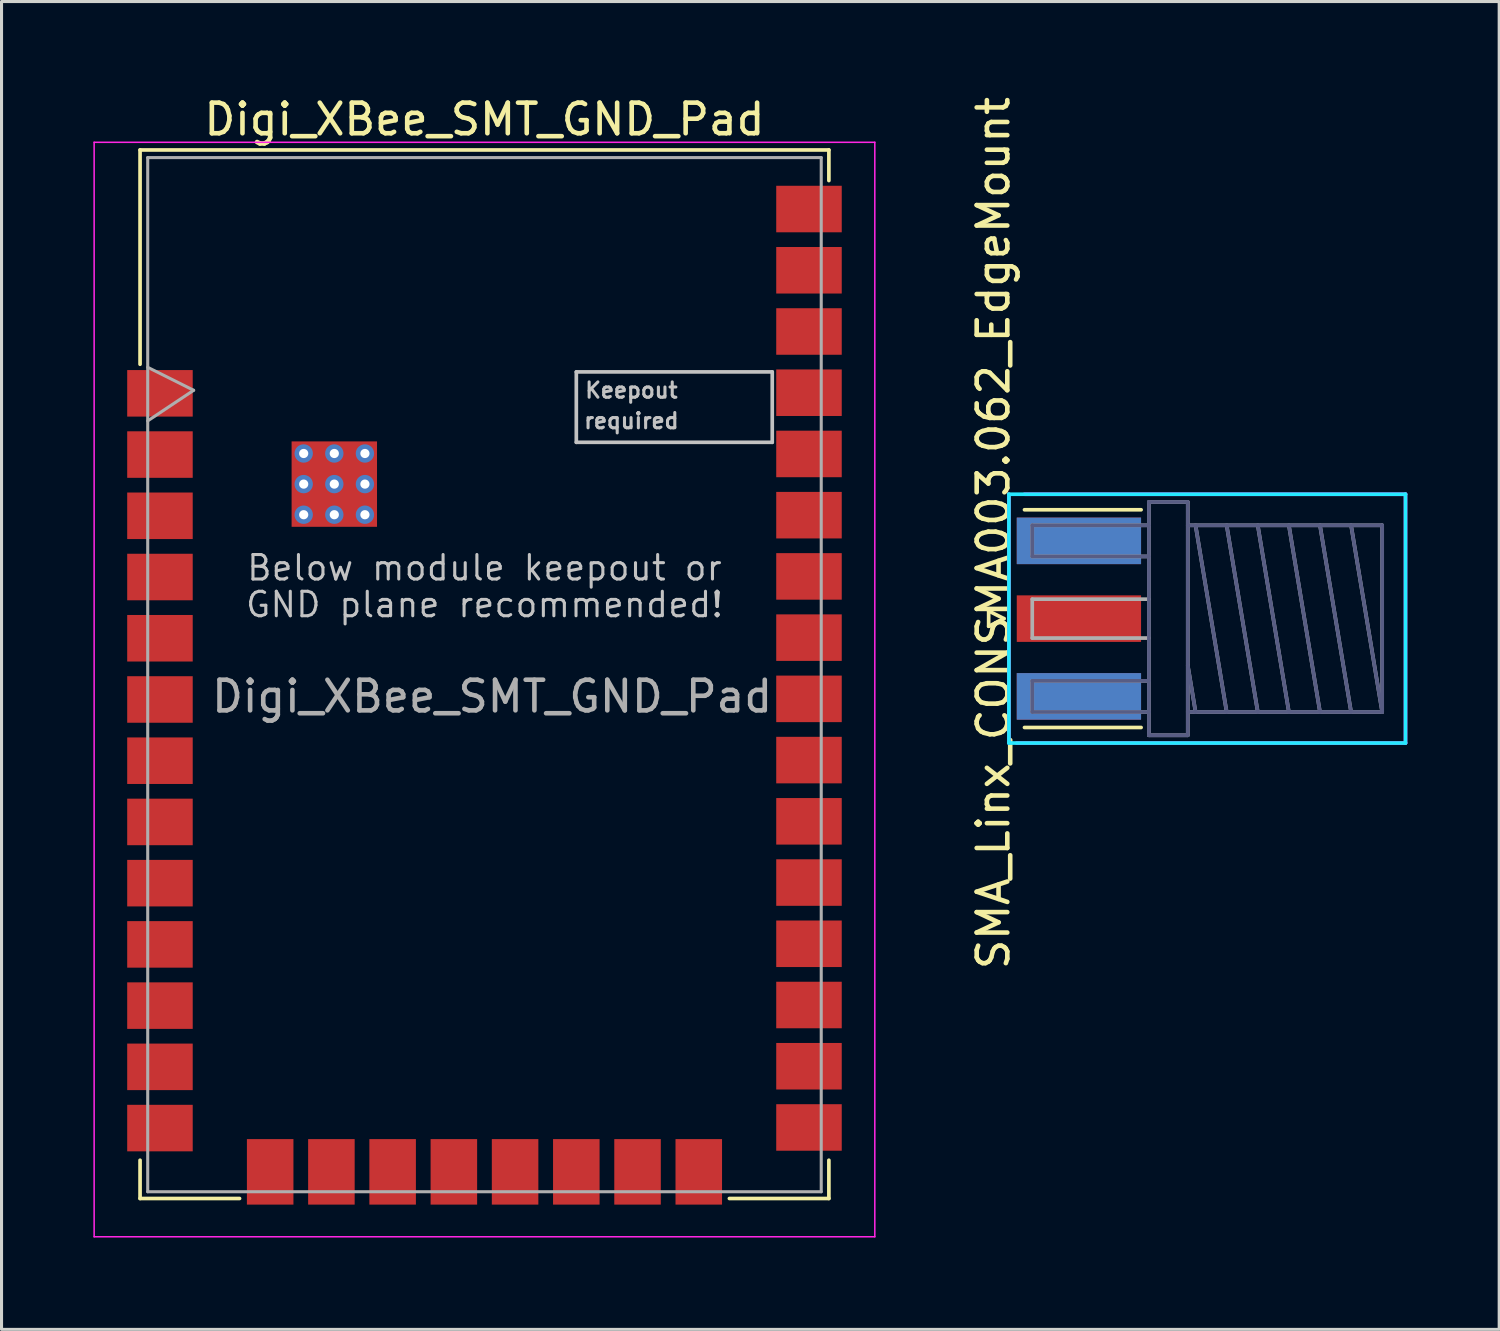
<source format=kicad_pcb>
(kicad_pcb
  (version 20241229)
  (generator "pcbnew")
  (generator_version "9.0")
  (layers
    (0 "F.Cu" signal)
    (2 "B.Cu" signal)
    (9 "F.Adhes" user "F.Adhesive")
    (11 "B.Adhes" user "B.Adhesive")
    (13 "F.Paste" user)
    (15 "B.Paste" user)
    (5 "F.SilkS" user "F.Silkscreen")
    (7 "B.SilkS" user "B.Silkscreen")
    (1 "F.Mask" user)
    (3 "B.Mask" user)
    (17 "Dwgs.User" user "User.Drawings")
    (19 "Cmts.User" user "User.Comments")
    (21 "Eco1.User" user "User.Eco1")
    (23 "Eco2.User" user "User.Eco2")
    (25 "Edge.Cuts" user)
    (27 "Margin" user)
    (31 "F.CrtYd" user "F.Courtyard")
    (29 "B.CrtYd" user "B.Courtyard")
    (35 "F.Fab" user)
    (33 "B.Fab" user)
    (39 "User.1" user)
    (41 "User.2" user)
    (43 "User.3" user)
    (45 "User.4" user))
  (footprint "Digi_XBee_SMT_GND_Pad"
    (layer "F.Cu")
    (at 12.775 19.698)
    (property "Reference" "Digi_XBee_SMT_GND_Pad" (at 0 -18.85 0) (layer "F.SilkS") (effects (font (size 1 1) (thickness 0.15))))
    (attr smd)
    (fp_line (start -11.25 -17.85) (end 11.25 -17.85) (stroke (width 0.12) (type solid)) (layer "F.SilkS"))
    (fp_line (start -11.25 -10.85) (end -11.25 -17.85) (stroke (width 0.12) (type solid)) (layer "F.SilkS"))
    (fp_line (start -11.25 15.15) (end -11.25 16.4) (stroke (width 0.12) (type solid)) (layer "F.SilkS"))
    (fp_line (start -11.25 16.4) (end -8 16.4) (stroke (width 0.12) (type solid)) (layer "F.SilkS"))
    (fp_line (start 8 16.4) (end 11.25 16.4) (stroke (width 0.12) (type solid)) (layer "F.SilkS"))
    (fp_line (start 11.25 -17.85) (end 11.25 -16.85) (stroke (width 0.12) (type solid)) (layer "F.SilkS"))
    (fp_line (start 11.25 16.4) (end 11.25 15.15) (stroke (width 0.12) (type solid)) (layer "F.SilkS"))
    (fp_line (start 3 -10.6) (end 3 -8.3) (stroke (width 0.12) (type solid)) (layer "Dwgs.User"))
    (fp_line (start 3 -8.3) (end 9.4 -8.3) (stroke (width 0.12) (type solid)) (layer "Dwgs.User"))
    (fp_line (start 9.4 -10.6) (end 3 -10.6) (stroke (width 0.12) (type solid)) (layer "Dwgs.User"))
    (fp_line (start 9.4 -8.3) (end 9.4 -10.6) (stroke (width 0.12) (type solid)) (layer "Dwgs.User"))
    (fp_line (start -12.75 -18.1) (end 12.75 -18.1) (stroke (width 0.05) (type solid)) (layer "F.CrtYd"))
    (fp_line (start -12.75 17.65) (end -12.75 -18.1) (stroke (width 0.05) (type solid)) (layer "F.CrtYd"))
    (fp_line (start 12.75 -18.1) (end 12.75 17.65) (stroke (width 0.05) (type solid)) (layer "F.CrtYd"))
    (fp_line (start 12.75 17.65) (end -12.75 17.65) (stroke (width 0.05) (type solid)) (layer "F.CrtYd"))
    (fp_line (start -11 -17.6) (end -11 16.18) (stroke (width 0.1) (type solid)) (layer "F.Fab"))
    (fp_line (start -11 -10.75) (end -9.5 -10) (stroke (width 0.1) (type solid)) (layer "F.Fab"))
    (fp_line (start -11 16.18) (end 11 16.18) (stroke (width 0.1) (type solid)) (layer "F.Fab"))
    (fp_line (start -9.5 -10) (end -11 -9) (stroke (width 0.1) (type solid)) (layer "F.Fab"))
    (fp_line (start 11 -17.6) (end -11 -17.6) (stroke (width 0.1) (type solid)) (layer "F.Fab"))
    (fp_line (start 11 16.18) (end 11 -17.6) (stroke (width 0.1) (type solid)) (layer "F.Fab"))
    (fp_text user "GND plane recommended!" (at 0 -3 0) (layer "Dwgs.User") (effects (font (size 0.8 0.8) (thickness 0.1))))
    (fp_text user "required" (at 4.8 -9 0) (layer "Dwgs.User") (effects (font (size 0.5 0.5) (thickness 0.1))))
    (fp_text user "Keepout" (at 4.8 -10 0) (layer "Dwgs.User") (effects (font (size 0.5 0.5) (thickness 0.1))))
    (fp_text user "Below module keepout or" (at 0 -4.2 0) (layer "Dwgs.User") (effects (font (size 0.8 0.8) (thickness 0.1))))
    (fp_text user "${REFERENCE}" (at 0.25 0 0) (layer "F.Fab") (effects (font (size 1 1) (thickness 0.15))))
    (pad "1" smd rect (at -10.6 -9.9) (size 2.14 1.52) (layers "F.Cu" "F.Mask" "F.Paste"))
    (pad "2" smd rect (at -10.6 -7.9) (size 2.14 1.52) (layers "F.Cu" "F.Mask" "F.Paste"))
    (pad "3" smd rect (at -10.6 -5.9) (size 2.14 1.52) (layers "F.Cu" "F.Mask" "F.Paste"))
    (pad "4" smd rect (at -10.6 -3.9) (size 2.14 1.52) (layers "F.Cu" "F.Mask" "F.Paste"))
    (pad "5" smd rect (at -10.6 -1.9) (size 2.14 1.52) (layers "F.Cu" "F.Mask" "F.Paste"))
    (pad "6" smd rect (at -10.6 0.1) (size 2.14 1.52) (layers "F.Cu" "F.Mask" "F.Paste"))
    (pad "7" smd rect (at -10.6 2.1) (size 2.14 1.52) (layers "F.Cu" "F.Mask" "F.Paste"))
    (pad "8" smd rect (at -10.6 4.1) (size 2.14 1.52) (layers "F.Cu" "F.Mask" "F.Paste"))
    (pad "9" smd rect (at -10.6 6.1) (size 2.14 1.52) (layers "F.Cu" "F.Mask" "F.Paste"))
    (pad "10" smd rect (at -10.6 8.1) (size 2.14 1.52) (layers "F.Cu" "F.Mask" "F.Paste"))
    (pad "11" smd rect (at -10.6 10.1) (size 2.14 1.52) (layers "F.Cu" "F.Mask" "F.Paste"))
    (pad "12" smd rect (at -10.6 12.1) (size 2.14 1.52) (layers "F.Cu" "F.Mask" "F.Paste"))
    (pad "13" smd rect (at -10.6 14.1) (size 2.14 1.52) (layers "F.Cu" "F.Mask" "F.Paste"))
    (pad "14" smd rect (at -7 15.53 90) (size 2.14 1.52) (layers "F.Cu" "F.Mask" "F.Paste"))
    (pad "15" smd rect (at -5 15.53 90) (size 2.14 1.52) (layers "F.Cu" "F.Mask" "F.Paste"))
    (pad "16" smd rect (at -3 15.53 90) (size 2.14 1.52) (layers "F.Cu" "F.Mask" "F.Paste"))
    (pad "17" smd rect (at -1 15.53 90) (size 2.14 1.52) (layers "F.Cu" "F.Mask" "F.Paste"))
    (pad "18" smd rect (at 1 15.53 90) (size 2.14 1.52) (layers "F.Cu" "F.Mask" "F.Paste"))
    (pad "19" smd rect (at 3 15.53 90) (size 2.14 1.52) (layers "F.Cu" "F.Mask" "F.Paste"))
    (pad "20" smd rect (at 5 15.53 90) (size 2.14 1.52) (layers "F.Cu" "F.Mask" "F.Paste"))
    (pad "21" smd rect (at 7 15.53 90) (size 2.14 1.52) (layers "F.Cu" "F.Mask" "F.Paste"))
    (pad "22" smd rect (at 10.6 14.08) (size 2.14 1.52) (layers "F.Cu" "F.Mask" "F.Paste"))
    (pad "23" smd rect (at 10.6 12.08) (size 2.14 1.52) (layers "F.Cu" "F.Mask" "F.Paste"))
    (pad "24" smd rect (at 10.6 10.08) (size 2.14 1.52) (layers "F.Cu" "F.Mask" "F.Paste"))
    (pad "25" smd rect (at 10.6 8.08) (size 2.14 1.52) (layers "F.Cu" "F.Mask" "F.Paste"))
    (pad "26" smd rect (at 10.6 6.08) (size 2.14 1.52) (layers "F.Cu" "F.Mask" "F.Paste"))
    (pad "27" smd rect (at 10.6 4.08) (size 2.14 1.52) (layers "F.Cu" "F.Mask" "F.Paste"))
    (pad "28" smd rect (at 10.6 2.08) (size 2.14 1.52) (layers "F.Cu" "F.Mask" "F.Paste"))
    (pad "29" smd rect (at 10.6 0.08) (size 2.14 1.52) (layers "F.Cu" "F.Mask" "F.Paste"))
    (pad "30" smd rect (at 10.6 -1.92) (size 2.14 1.52) (layers "F.Cu" "F.Mask" "F.Paste"))
    (pad "31" smd rect (at 10.6 -3.92) (size 2.14 1.52) (layers "F.Cu" "F.Mask" "F.Paste"))
    (pad "32" smd rect (at 10.6 -5.92) (size 2.14 1.52) (layers "F.Cu" "F.Mask" "F.Paste"))
    (pad "33" smd rect (at 10.6 -7.92) (size 2.14 1.52) (layers "F.Cu" "F.Mask" "F.Paste"))
    (pad "34" smd rect (at 10.6 -9.92) (size 2.14 1.52) (layers "F.Cu" "F.Mask" "F.Paste"))
    (pad "35" smd rect (at 10.6 -11.92) (size 2.14 1.52) (layers "F.Cu" "F.Mask" "F.Paste"))
    (pad "36" smd rect (at 10.6 -13.92) (size 2.14 1.52) (layers "F.Cu" "F.Mask" "F.Paste"))
    (pad "37" smd rect (at 10.6 -15.92) (size 2.14 1.52) (layers "F.Cu" "F.Mask" "F.Paste"))
    (pad "38" thru_hole oval (at -5.905 -7.935) (size 0.6 0.6) (drill 0.3) (layers "*.Cu" "*.Mask"))
    (pad "38" thru_hole oval (at -5.905 -6.935) (size 0.6 0.6) (drill 0.3) (layers "*.Cu" "*.Mask"))
    (pad "38" thru_hole oval (at -5.905 -5.935) (size 0.6 0.6) (drill 0.3) (layers "*.Cu" "*.Mask"))
    (pad "38" thru_hole oval (at -4.905 -7.935) (size 0.6 0.6) (drill 0.3) (layers "*.Cu" "*.Mask"))
    (pad "38" thru_hole oval (at -4.905 -6.935) (size 0.6 0.6) (drill 0.3) (layers "*.Cu" "*.Mask"))
    (pad "38" smd rect (at -4.905 -6.935) (size 2.79 2.79) (layers "F.Cu" "F.Mask" "F.Paste"))
    (pad "38" thru_hole oval (at -4.905 -5.935) (size 0.6 0.6) (drill 0.3) (layers "*.Cu" "*.Mask"))
    (pad "38" thru_hole oval (at -3.905 -7.935) (size 0.6 0.6) (drill 0.3) (layers "*.Cu" "*.Mask"))
    (pad "38" thru_hole oval (at -3.905 -6.935) (size 0.6 0.6) (drill 0.3) (layers "*.Cu" "*.Mask"))
    (pad "38" thru_hole oval (at -3.905 -5.935) (size 0.6 0.6) (drill 0.3) (layers "*.Cu" "*.Mask")))
  (footprint "SMA_Linx_CONSMA003.062_EdgeMount"
    (layer "F.Cu")
    (at 32.192 17.157)
    (property "Reference" "SMA_Linx_CONSMA003.062_EdgeMount" (at -2.794 -2.794 90) (layer "F.SilkS") (effects (font (size 1 1) (thickness 0.15))))
    (attr through_hole)
    (fp_line (start -2.948 -0.25) (end -2.948 0.25) (stroke (width 0.12) (type solid)) (layer "F.SilkS"))
    (fp_line (start -2.948 0.25) (end -2.448 0) (stroke (width 0.12) (type solid)) (layer "F.SilkS"))
    (fp_line (start -2.448 0) (end -2.948 -0.25) (stroke (width 0.12) (type solid)) (layer "F.SilkS"))
    (fp_line (start -1.778 -3.556) (end 2.032 -3.556) (stroke (width 0.12) (type solid)) (layer "F.SilkS"))
    (fp_line (start -1.778 3.556) (end 2.032 3.556) (stroke (width 0.12) (type solid)) (layer "F.SilkS"))
    (fp_line (start -2.286 -4.064) (end 10.668 -4.064) (stroke (width 0.12) (type solid)) (layer "B.CrtYd"))
    (fp_line (start -2.286 4.064) (end -2.286 -4.064) (stroke (width 0.12) (type solid)) (layer "B.CrtYd"))
    (fp_line (start 10.668 -4.064) (end 10.668 4.064) (stroke (width 0.12) (type solid)) (layer "B.CrtYd"))
    (fp_line (start 10.668 4.064) (end -2.286 4.064) (stroke (width 0.12) (type solid)) (layer "B.CrtYd"))
    (fp_line (start -2.286 4.064) (end -2.286 -4.064) (stroke (width 0.12) (type solid)) (layer "F.CrtYd"))
    (fp_line (start -1.778 -4.064) (end 10.668 -4.064) (stroke (width 0.12) (type solid)) (layer "F.CrtYd"))
    (fp_line (start 10.668 -4.064) (end 10.668 4.064) (stroke (width 0.12) (type solid)) (layer "F.CrtYd"))
    (fp_line (start 10.668 4.064) (end -2.032 4.064) (stroke (width 0.12) (type solid)) (layer "F.CrtYd"))
    (fp_line (start -1.524 -3.048) (end -1.524 -2.032) (stroke (width 0.12) (type solid)) (layer "B.Fab"))
    (fp_line (start -1.524 -2.032) (end 2.286 -2.032) (stroke (width 0.12) (type solid)) (layer "B.Fab"))
    (fp_line (start -1.524 2.032) (end 2.286 2.032) (stroke (width 0.12) (type solid)) (layer "B.Fab"))
    (fp_line (start -1.524 3.048) (end -1.524 2.032) (stroke (width 0.12) (type solid)) (layer "B.Fab"))
    (fp_line (start 2.286 -3.81) (end 2.286 3.81) (stroke (width 0.12) (type solid)) (layer "B.Fab"))
    (fp_line (start 2.286 -3.048) (end -1.524 -3.048) (stroke (width 0.12) (type solid)) (layer "B.Fab"))
    (fp_line (start 2.286 3.048) (end -1.524 3.048) (stroke (width 0.12) (type solid)) (layer "B.Fab"))
    (fp_line (start 2.286 3.81) (end 3.556 3.81) (stroke (width 0.12) (type solid)) (layer "B.Fab"))
    (fp_line (start 3.556 -3.81) (end 2.286 -3.81) (stroke (width 0.12) (type solid)) (layer "B.Fab"))
    (fp_line (start 3.556 3.048) (end 9.906 3.048) (stroke (width 0.12) (type solid)) (layer "B.Fab"))
    (fp_line (start 3.556 3.81) (end 3.556 -3.81) (stroke (width 0.12) (type solid)) (layer "B.Fab"))
    (fp_line (start 3.81 3.048) (end 3.556 1.524) (stroke (width 0.12) (type solid)) (layer "B.Fab"))
    (fp_line (start 4.826 3.048) (end 3.81 -3.048) (stroke (width 0.12) (type solid)) (layer "B.Fab"))
    (fp_line (start 5.842 3.048) (end 4.826 -3.048) (stroke (width 0.12) (type solid)) (layer "B.Fab"))
    (fp_line (start 6.858 3.048) (end 5.842 -3.048) (stroke (width 0.12) (type solid)) (layer "B.Fab"))
    (fp_line (start 7.874 3.048) (end 6.858 -3.048) (stroke (width 0.12) (type solid)) (layer "B.Fab"))
    (fp_line (start 8.89 3.048) (end 7.874 -3.048) (stroke (width 0.12) (type solid)) (layer "B.Fab"))
    (fp_line (start 9.906 -3.048) (end 3.556 -3.048) (stroke (width 0.12) (type solid)) (layer "B.Fab"))
    (fp_line (start 9.906 3.048) (end 8.89 -3.048) (stroke (width 0.12) (type solid)) (layer "B.Fab"))
    (fp_line (start 9.906 3.048) (end 9.906 -3.048) (stroke (width 0.12) (type solid)) (layer "B.Fab"))
    (fp_line (start -1.524 -3.048) (end -1.524 -2.032) (stroke (width 0.12) (type solid)) (layer "F.Fab"))
    (fp_line (start -1.524 -2.032) (end 2.286 -2.032) (stroke (width 0.12) (type solid)) (layer "F.Fab"))
    (fp_line (start -1.524 -0.635) (end -1.524 0.635) (stroke (width 0.12) (type solid)) (layer "F.Fab"))
    (fp_line (start -1.524 0.635) (end 2.286 0.635) (stroke (width 0.12) (type solid)) (layer "F.Fab"))
    (fp_line (start -1.524 2.032) (end 2.286 2.032) (stroke (width 0.12) (type solid)) (layer "F.Fab"))
    (fp_line (start -1.524 3.048) (end -1.524 2.032) (stroke (width 0.12) (type solid)) (layer "F.Fab"))
    (fp_line (start 2.286 -3.81) (end 3.556 -3.81) (stroke (width 0.12) (type solid)) (layer "F.Fab"))
    (fp_line (start 2.286 -3.048) (end -1.524 -3.048) (stroke (width 0.12) (type solid)) (layer "F.Fab"))
    (fp_line (start 2.286 -0.635) (end -1.524 -0.635) (stroke (width 0.12) (type solid)) (layer "F.Fab"))
    (fp_line (start 2.286 3.048) (end -1.524 3.048) (stroke (width 0.12) (type solid)) (layer "F.Fab"))
    (fp_line (start 2.286 3.81) (end 2.286 -3.81) (stroke (width 0.12) (type solid)) (layer "F.Fab"))
    (fp_line (start 3.556 -3.81) (end 3.556 3.81) (stroke (width 0.12) (type solid)) (layer "F.Fab"))
    (fp_line (start 3.556 -3.048) (end 9.906 -3.048) (stroke (width 0.12) (type solid)) (layer "F.Fab"))
    (fp_line (start 3.556 3.81) (end 2.286 3.81) (stroke (width 0.12) (type solid)) (layer "F.Fab"))
    (fp_line (start 3.81 -3.048) (end 4.826 3.048) (stroke (width 0.12) (type solid)) (layer "F.Fab"))
    (fp_line (start 3.81 3.048) (end 3.556 1.524) (stroke (width 0.12) (type solid)) (layer "F.Fab"))
    (fp_line (start 4.826 -3.048) (end 5.842 3.048) (stroke (width 0.12) (type solid)) (layer "F.Fab"))
    (fp_line (start 5.842 -3.048) (end 6.858 3.048) (stroke (width 0.12) (type solid)) (layer "F.Fab"))
    (fp_line (start 6.858 -3.048) (end 7.874 3.048) (stroke (width 0.12) (type solid)) (layer "F.Fab"))
    (fp_line (start 7.874 -3.048) (end 8.89 3.048) (stroke (width 0.12) (type solid)) (layer "F.Fab"))
    (fp_line (start 8.89 -3.048) (end 9.906 3.048) (stroke (width 0.12) (type solid)) (layer "F.Fab"))
    (fp_line (start 9.906 -3.048) (end 9.906 3.048) (stroke (width 0.12) (type solid)) (layer "F.Fab"))
    (fp_line (start 9.906 3.048) (end 3.556 3.048) (stroke (width 0.12) (type solid)) (layer "F.Fab"))
    (pad "1" smd rect (at 0 0) (size 4.06 1.52) (layers "F.Cu" "F.Mask" "F.Paste"))
    (pad "2" smd rect (at 0 -2.54) (size 4.06 1.52) (layers "F.Cu" "F.Mask" "F.Paste"))
    (pad "2" smd rect (at 0 -2.54) (size 4.06 1.52) (layers "B.Cu" "B.Mask" "B.Paste"))
    (pad "2" smd rect (at 0 2.54) (size 4.06 1.52) (layers "F.Cu" "F.Mask" "F.Paste"))
    (pad "2" smd rect (at 0 2.54) (size 4.06 1.52) (layers "B.Cu" "B.Mask" "B.Paste")))
  (gr_rect
    (start -3 -3)
    (end 45.92 40.373)
    (stroke (width 0.1) (type default))
    (fill no)
    (layer "Edge.Cuts")))
</source>
